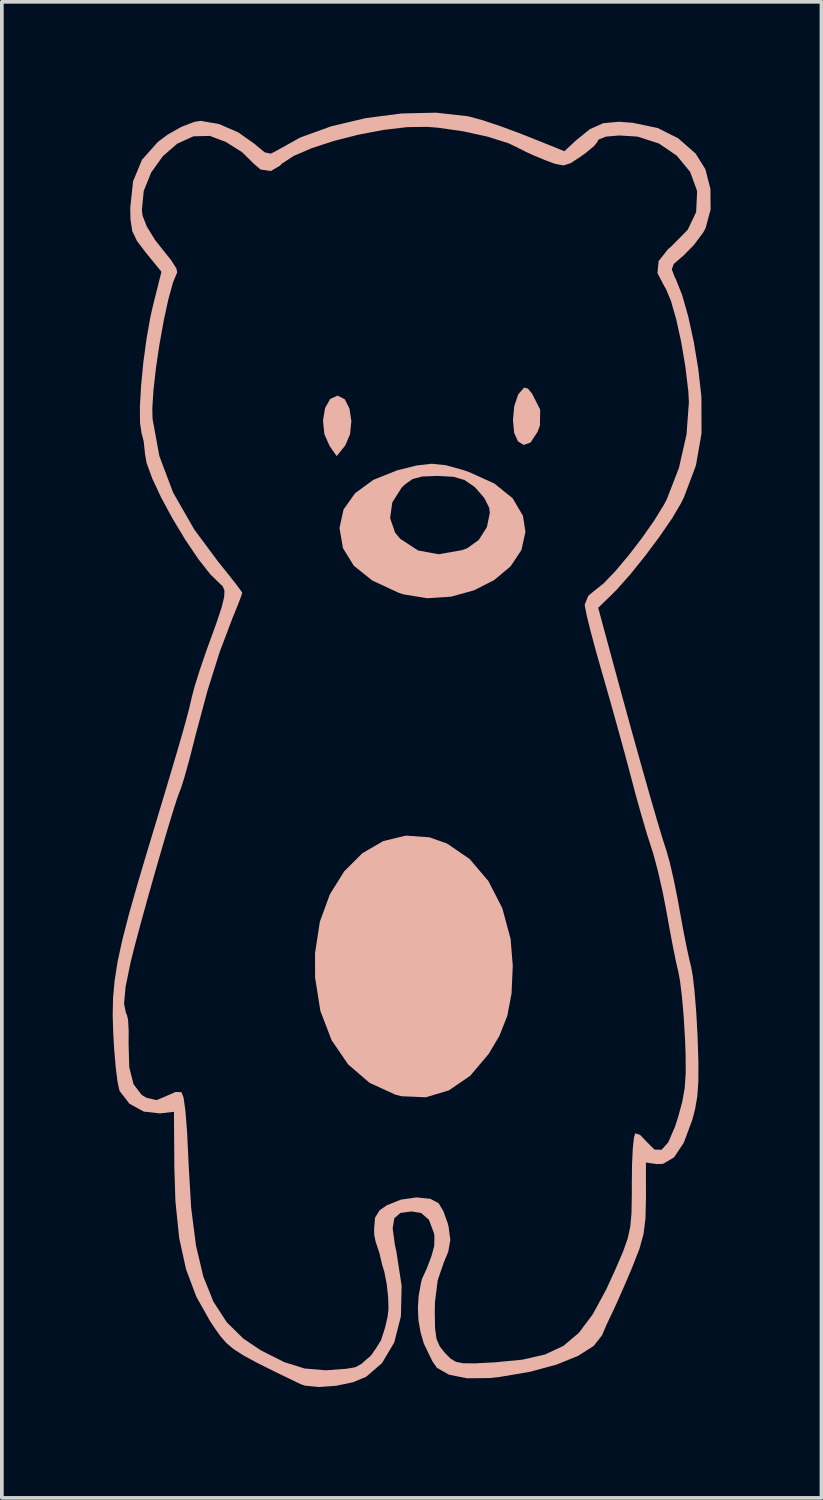
<source format=kicad_pcb>
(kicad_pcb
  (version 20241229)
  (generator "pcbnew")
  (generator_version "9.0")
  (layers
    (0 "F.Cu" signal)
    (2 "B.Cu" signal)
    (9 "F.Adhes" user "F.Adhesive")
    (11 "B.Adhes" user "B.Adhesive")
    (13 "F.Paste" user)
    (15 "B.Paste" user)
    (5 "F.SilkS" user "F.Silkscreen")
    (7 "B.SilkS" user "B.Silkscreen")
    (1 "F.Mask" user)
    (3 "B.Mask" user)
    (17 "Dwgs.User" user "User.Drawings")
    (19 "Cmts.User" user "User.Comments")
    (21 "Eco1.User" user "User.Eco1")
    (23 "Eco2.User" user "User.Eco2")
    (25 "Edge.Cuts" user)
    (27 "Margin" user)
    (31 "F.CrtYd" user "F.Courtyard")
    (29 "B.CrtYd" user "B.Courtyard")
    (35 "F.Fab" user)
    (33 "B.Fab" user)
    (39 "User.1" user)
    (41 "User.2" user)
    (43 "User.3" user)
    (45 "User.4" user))
  (footprint "Bear_40"
    (layer "F.Cu")
    (at 10.372 14.637)
    (property "Reference" "Bear_40" (at -1.75 -2.25 0) (layer "F.Cu") (effects (font (size 0.1 0.1) (thickness 0.025))))
    (attr board_only exclude_from_pos_files exclude_from_bom)
    (fp_poly (pts (xy -4.09 -6.88) (xy -3.963 -6.628) (xy -3.912 -6.29) (xy -3.947 -5.936) (xy -4.076 -5.633) (xy -4.1 -5.601) (xy -4.31 -5.342) (xy -4.5 -5.614) (xy -4.643 -5.938) (xy -4.68 -6.303) (xy -4.624 -6.642) (xy -4.485 -6.889) (xy -4.284 -6.979)) (stroke (width 0) (type solid)) (fill yes) (layer "B.SilkS"))
    (fp_poly (pts (xy 0.868 -7.169) (xy 0.977 -7.036) (xy 1.199 -6.602) (xy 1.192 -6.168) (xy 1.126 -5.995) (xy 0.938 -5.709) (xy 0.751 -5.644) (xy 0.596 -5.742) (xy 0.494 -5.973) (xy 0.462 -6.323) (xy 0.497 -6.696) (xy 0.598 -6.996) (xy 0.629 -7.043) (xy 0.766 -7.196)) (stroke (width 0) (type solid)) (fill yes) (layer "B.SilkS"))
    (fp_poly (pts (xy -1.799 4.976) (xy -1.324 5.144) (xy -0.708 5.565) (xy -0.203 6.16) (xy 0.173 6.892) (xy 0.398 7.725) (xy 0.457 8.453) (xy 0.424 9.2) (xy 0.31 9.805) (xy 0.095 10.35) (xy -0.193 10.837) (xy -0.695 11.43) (xy -1.27 11.825) (xy -1.897 12.013) (xy -2.555 11.984) (xy -2.719 11.942) (xy -3.42 11.622) (xy -4 11.122) (xy -4.448 10.465) (xy -4.751 9.674) (xy -4.894 8.77) (xy -4.895 8.109) (xy -4.765 7.262) (xy -4.493 6.517) (xy -4.102 5.893) (xy -3.614 5.407) (xy -3.053 5.08) (xy -2.44 4.93)) (stroke (width 0) (type solid)) (fill yes) (layer "B.SilkS"))
    (fp_poly (pts (xy -1.352 -5.095) (xy -0.892 -4.967) (xy -0.737 -4.915) (xy -0.038 -4.598) (xy 0.453 -4.201) (xy 0.732 -3.727) (xy 0.8 -3.293) (xy 0.692 -2.8) (xy 0.398 -2.358) (xy -0.044 -1.988) (xy -0.594 -1.708) (xy -1.213 -1.537) (xy -1.861 -1.495) (xy -2.499 -1.599) (xy -2.632 -1.643) (xy -3.346 -1.974) (xy -3.846 -2.375) (xy -4.14 -2.851) (xy -4.233 -3.397) (xy -4.175 -3.664) (xy -2.863 -3.664) (xy -2.728 -3.269) (xy -2.589 -3.103) (xy -2.105 -2.787) (xy -1.552 -2.685) (xy -0.921 -2.796) (xy -0.778 -2.847) (xy -0.466 -3.07) (xy -0.244 -3.419) (xy -0.164 -3.803) (xy -0.182 -3.947) (xy -0.317 -4.212) (xy -0.554 -4.485) (xy -0.593 -4.52) (xy -0.853 -4.696) (xy -1.149 -4.782) (xy -1.574 -4.805) (xy -1.589 -4.805) (xy -1.99 -4.79) (xy -2.252 -4.723) (xy -2.461 -4.576) (xy -2.553 -4.485) (xy -2.804 -4.089) (xy -2.863 -3.664) (xy -4.175 -3.664) (xy -4.124 -3.896) (xy -3.811 -4.337) (xy -3.317 -4.699) (xy -2.674 -4.956) (xy -2.147 -5.088) (xy -1.738 -5.135)) (stroke (width 0) (type solid)) (fill yes) (layer "B.SilkS"))
    (fp_poly (pts (xy -0.771 -14.542) (xy -0.686 -14.524) (xy -0.344 -14.428) (xy 0.126 -14.271) (xy 0.643 -14.08) (xy 0.841 -14.002) (xy 1.855 -13.595) (xy 2.157 -13.877) (xy 2.542 -14.19) (xy 2.903 -14.352) (xy 3.331 -14.392) (xy 3.706 -14.363) (xy 4.381 -14.222) (xy 4.933 -13.945) (xy 5.405 -13.532) (xy 5.669 -13.11) (xy 5.807 -12.576) (xy 5.812 -12.014) (xy 5.675 -11.51) (xy 5.613 -11.396) (xy 5.36 -11.057) (xy 5.069 -10.76) (xy 5.028 -10.727) (xy 4.815 -10.543) (xy 4.761 -10.397) (xy 4.839 -10.191) (xy 4.873 -10.125) (xy 5.04 -9.706) (xy 5.206 -9.122) (xy 5.356 -8.435) (xy 5.477 -7.707) (xy 5.557 -7.001) (xy 5.563 -6.918) (xy 5.566 -5.955) (xy 5.415 -5.09) (xy 5.094 -4.237) (xy 5.01 -4.065) (xy 4.78 -3.674) (xy 4.442 -3.18) (xy 4.045 -2.647) (xy 3.639 -2.142) (xy 3.272 -1.728) (xy 3.163 -1.618) (xy 2.769 -1.236) (xy 3.145 0.154) (xy 3.424 1.18) (xy 3.693 2.158) (xy 3.945 3.06) (xy 4.171 3.857) (xy 4.363 4.519) (xy 4.513 5.017) (xy 4.611 5.32) (xy 4.701 5.635) (xy 4.809 6.099) (xy 4.917 6.635) (xy 4.969 6.922) (xy 5.066 7.457) (xy 5.163 7.951) (xy 5.247 8.332) (xy 5.281 8.467) (xy 5.33 8.732) (xy 5.379 9.168) (xy 5.423 9.717) (xy 5.457 10.321) (xy 5.46 10.393) (xy 5.482 11.075) (xy 5.48 11.589) (xy 5.451 11.99) (xy 5.391 12.338) (xy 5.316 12.624) (xy 5.085 13.245) (xy 4.82 13.641) (xy 4.52 13.816) (xy 4.348 13.82) (xy 4.061 13.778) (xy 4.062 14.755) (xy 4.049 15.292) (xy 3.997 15.712) (xy 3.884 16.12) (xy 3.688 16.62) (xy 3.677 16.647) (xy 3.482 17.104) (xy 3.303 17.51) (xy 3.172 17.797) (xy 3.146 17.849) (xy 2.989 18.182) (xy 2.873 18.456) (xy 2.647 18.743) (xy 2.225 19.012) (xy 1.639 19.249) (xy 0.921 19.444) (xy 0.103 19.582) (xy -0.172 19.612) (xy -0.778 19.619) (xy -1.267 19.522) (xy -1.6 19.332) (xy -1.718 19.159) (xy -1.82 18.95) (xy -1.95 18.68) (xy -2.04 18.37) (xy -2.097 18.037) (xy -2.111 17.707) (xy -2.09 17.38) (xy -2.06 17.22) (xy -2.03 17.05) (xy -2 16.93) (xy -1.86 16.62) (xy -1.741 16.303) (xy -1.669 16.036) (xy -1.663 15.755) (xy -1.674 15.697) (xy -1.812 15.328) (xy -2.025 15.144) (xy -2.288 15.103) (xy -2.584 15.143) (xy -2.749 15.286) (xy -2.794 15.563) (xy -2.733 16.008) (xy -2.694 16.186) (xy -2.551 17.116) (xy -2.571 17.942) (xy -2.75 18.646) (xy -3.083 19.208) (xy -3.511 19.578) (xy -3.866 19.725) (xy -4.323 19.821) (xy -4.788 19.855) (xy -5.171 19.817) (xy -5.282 19.779) (xy -5.959 19.451) (xy -6.465 19.199) (xy -6.834 18.999) (xy -7.1 18.828) (xy -7.297 18.661) (xy -7.459 18.475) (xy -7.621 18.246) (xy -7.733 18.077) (xy -8.111 17.405) (xy -8.387 16.666) (xy -8.572 15.821) (xy -8.674 14.829) (xy -8.703 13.919) (xy -8.714 12.405) (xy -9.092 12.449) (xy -9.529 12.401) (xy -9.918 12.187) (xy -10.177 11.853) (xy -10.193 11.815) (xy -10.241 11.591) (xy -10.29 11.199) (xy -10.333 10.699) (xy -10.357 10.28) (xy -10.372 9.783) (xy -10.365 9.477) (xy -10.064 9.477) (xy -10.013 9.737) (xy -9.992 9.763) (xy -9.956 9.91) (xy -9.939 10.214) (xy -9.942 10.558) (xy -9.923 11.203) (xy -9.807 11.66) (xy -9.588 11.948) (xy -9.456 12.027) (xy -9.187 12.089) (xy -8.921 11.981) (xy -8.909 11.973) (xy -8.67 11.869) (xy -8.509 11.875) (xy -8.453 12.024) (xy -8.403 12.382) (xy -8.359 12.934) (xy -8.324 13.661) (xy -8.319 13.787) (xy -8.248 15.004) (xy -8.118 16.021) (xy -7.92 16.861) (xy -7.645 17.546) (xy -7.285 18.101) (xy -6.831 18.548) (xy -6.359 18.863) (xy -5.73 19.18) (xy -5.176 19.354) (xy -4.608 19.402) (xy -4.04 19.36) (xy -3.809 19.32) (xy -3.64 19.23) (xy -3.503 19.107) (xy -3.41 19.03) (xy -3.375 18.993) (xy -3.33 18.93) (xy -3.29 18.87) (xy -3.24 18.8) (xy -3.11 18.59) (xy -3 18.25) (xy -2.932 17.956) (xy -2.907 17.742) (xy -2.916 17.425) (xy -2.955 17.067) (xy -3.021 16.731) (xy -3.079 16.546) (xy -3.153 16.229) (xy -3.255 15.923) (xy -3.291 15.752) (xy -3.297 15.594) (xy -3.272 15.273) (xy -3.149 15.073) (xy -2.953 14.936) (xy -2.571 14.783) (xy -2.151 14.723) (xy -1.778 14.76) (xy -1.553 14.876) (xy -1.422 15.093) (xy -1.304 15.422) (xy -1.28 15.517) (xy -1.233 15.874) (xy -1.289 16.192) (xy -1.412 16.489) (xy -1.575 16.967) (xy -1.648 17.55) (xy -1.654 17.811) (xy -1.647 18.261) (xy -1.607 18.554) (xy -1.515 18.763) (xy -1.373 18.939) (xy -1.228 19.084) (xy -1.085 19.172) (xy -0.888 19.212) (xy -0.58 19.215) (xy -0.106 19.191) (xy -0.045 19.188) (xy 0.715 19.115) (xy 1.327 18.976) (xy 1.825 18.743) (xy 2.244 18.39) (xy 2.621 17.888) (xy 2.989 17.21) (xy 3.265 16.604) (xy 3.448 16.173) (xy 3.567 15.835) (xy 3.637 15.519) (xy 3.67 15.153) (xy 3.679 14.665) (xy 3.679 14.347) (xy 3.685 13.825) (xy 3.706 13.392) (xy 3.738 13.097) (xy 3.772 12.988) (xy 3.899 13.028) (xy 4.072 13.206) (xy 4.083 13.22) (xy 4.294 13.428) (xy 4.486 13.433) (xy 4.667 13.229) (xy 4.849 12.806) (xy 4.933 12.545) (xy 5.044 12.137) (xy 5.11 11.765) (xy 5.138 11.358) (xy 5.135 10.843) (xy 5.118 10.408) (xy 5.083 9.83) (xy 5.036 9.29) (xy 4.983 8.857) (xy 4.941 8.634) (xy 4.87 8.322) (xy 4.777 7.86) (xy 4.677 7.325) (xy 4.626 7.036) (xy 4.516 6.464) (xy 4.387 5.896) (xy 4.261 5.424) (xy 4.209 5.263) (xy 4.088 4.884) (xy 3.934 4.361) (xy 3.77 3.775) (xy 3.665 3.375) (xy 3.503 2.766) (xy 3.301 2.029) (xy 3.085 1.256) (xy 2.879 0.538) (xy 2.872 0.515) (xy 2.705 -0.074) (xy 2.564 -0.6) (xy 2.461 -1.016) (xy 2.409 -1.277) (xy 2.404 -1.325) (xy 2.502 -1.562) (xy 2.689 -1.716) (xy 2.92 -1.9) (xy 3.234 -2.229) (xy 3.593 -2.656) (xy 3.957 -3.13) (xy 4.288 -3.603) (xy 4.549 -4.027) (xy 4.626 -4.174) (xy 4.954 -5.022) (xy 5.16 -5.927) (xy 5.224 -6.798) (xy 5.209 -7.094) (xy 5.127 -7.772) (xy 5.014 -8.44) (xy 4.88 -9.047) (xy 4.738 -9.543) (xy 4.598 -9.877) (xy 4.557 -9.941) (xy 4.373 -10.296) (xy 4.404 -10.621) (xy 4.658 -10.941) (xy 4.747 -11.017) (xy 5.192 -11.467) (xy 5.42 -11.947) (xy 5.446 -12.487) (xy 5.439 -12.539) (xy 5.257 -13.036) (xy 4.898 -13.472) (xy 4.413 -13.803) (xy 3.854 -13.984) (xy 3.792 -13.993) (xy 3.335 -14.02) (xy 2.98 -13.989) (xy 2.776 -13.908) (xy 2.746 -13.846) (xy 2.66 -13.736) (xy 2.442 -13.555) (xy 2.303 -13.454) (xy 2.026 -13.272) (xy 1.829 -13.209) (xy 1.607 -13.25) (xy 1.359 -13.342) (xy 1.036 -13.475) (xy 0.798 -13.583) (xy 0.744 -13.614) (xy 0.346 -13.808) (xy -0.216 -13.986) (xy -0.878 -14.132) (xy -1.576 -14.231) (xy -1.851 -14.253) (xy -2.401 -14.246) (xy -3.04 -14.171) (xy -3.718 -14.042) (xy -4.383 -13.873) (xy -4.985 -13.676) (xy -5.473 -13.466) (xy -5.796 -13.255) (xy -5.844 -13.204) (xy -6.091 -13.057) (xy -6.37 -13.099) (xy -6.544 -13.248) (xy -6.868 -13.567) (xy -7.307 -13.844) (xy -7.743 -14.009) (xy -8.187 -13.997) (xy -8.623 -13.799) (xy -9.015 -13.459) (xy -9.33 -13.018) (xy -9.531 -12.519) (xy -9.582 -12.003) (xy -9.562 -11.847) (xy -9.447 -11.552) (xy -9.224 -11.191) (xy -9.028 -10.942) (xy -8.794 -10.651) (xy -8.649 -10.423) (xy -8.624 -10.32) (xy -8.74 -10.04) (xy -8.865 -9.586) (xy -8.989 -9.014) (xy -9.104 -8.377) (xy -9.2 -7.731) (xy -9.268 -7.129) (xy -9.3 -6.628) (xy -9.293 -6.35) (xy -9.109 -5.345) (xy -8.736 -4.354) (xy -8.161 -3.351) (xy -7.523 -2.492) (xy -7.234 -2.132) (xy -7.009 -1.845) (xy -6.882 -1.671) (xy -6.865 -1.64) (xy -6.905 -1.519) (xy -7.01 -1.249) (xy -7.136 -0.94) (xy -7.477 -0.037) (xy -7.803 0.997) (xy -8.128 2.208) (xy -8.169 2.373) (xy -8.299 2.881) (xy -8.421 3.32) (xy -8.518 3.633) (xy -8.562 3.746) (xy -8.629 3.926) (xy -8.743 4.284) (xy -8.894 4.781) (xy -9.068 5.374) (xy -9.255 6.023) (xy -9.441 6.684) (xy -9.616 7.319) (xy -9.767 7.883) (xy -9.882 8.337) (xy -9.887 8.36) (xy -10.022 9.016) (xy -10.064 9.477) (xy -10.365 9.477) (xy -10.362 9.317) (xy -10.319 8.847) (xy -10.238 8.337) (xy -10.111 7.752) (xy -9.932 7.058) (xy -9.694 6.219) (xy -9.391 5.2) (xy -9.375 5.149) (xy -9.07 4.138) (xy -8.825 3.32) (xy -8.633 2.671) (xy -8.486 2.165) (xy -8.378 1.776) (xy -8.3 1.48) (xy -8.246 1.251) (xy -8.236 1.201) (xy -8.151 0.881) (xy -8.009 0.429) (xy -7.837 -0.072) (xy -7.78 -0.229) (xy -7.563 -0.827) (xy -7.423 -1.248) (xy -7.354 -1.53) (xy -7.347 -1.708) (xy -7.396 -1.82) (xy -7.458 -1.877) (xy -7.732 -2.145) (xy -8.057 -2.56) (xy -8.405 -3.075) (xy -8.746 -3.64) (xy -9.054 -4.208) (xy -9.299 -4.73) (xy -9.455 -5.157) (xy -9.496 -5.395) (xy -9.533 -5.742) (xy -9.592 -5.971) (xy -9.633 -6.246) (xy -9.635 -6.692) (xy -9.603 -7.255) (xy -9.542 -7.882) (xy -9.456 -8.518) (xy -9.351 -9.11) (xy -9.279 -9.428) (xy -9.052 -10.332) (xy -9.474 -10.847) (xy -9.715 -11.165) (xy -9.842 -11.431) (xy -9.89 -11.746) (xy -9.897 -12.06) (xy -9.82 -12.781) (xy -9.579 -13.363) (xy -9.152 -13.843) (xy -8.883 -14.044) (xy -8.509 -14.256) (xy -8.159 -14.389) (xy -7.992 -14.416) (xy -7.498 -14.331) (xy -6.972 -14.104) (xy -6.515 -13.78) (xy -6.489 -13.755) (xy -6.258 -13.564) (xy -6.096 -13.528) (xy -5.974 -13.588) (xy -5.295 -13.965) (xy -4.457 -14.269) (xy -3.523 -14.49) (xy -2.556 -14.616) (xy -1.618 -14.637)) (stroke (width 0) (type solid)) (fill yes) (layer "B.SilkS")))
  (gr_rect
    (start -3 -3)
    (end 19.184 37.493)
    (stroke (width 0.1) (type default))
    (fill no)
    (layer "Edge.Cuts")))
</source>
